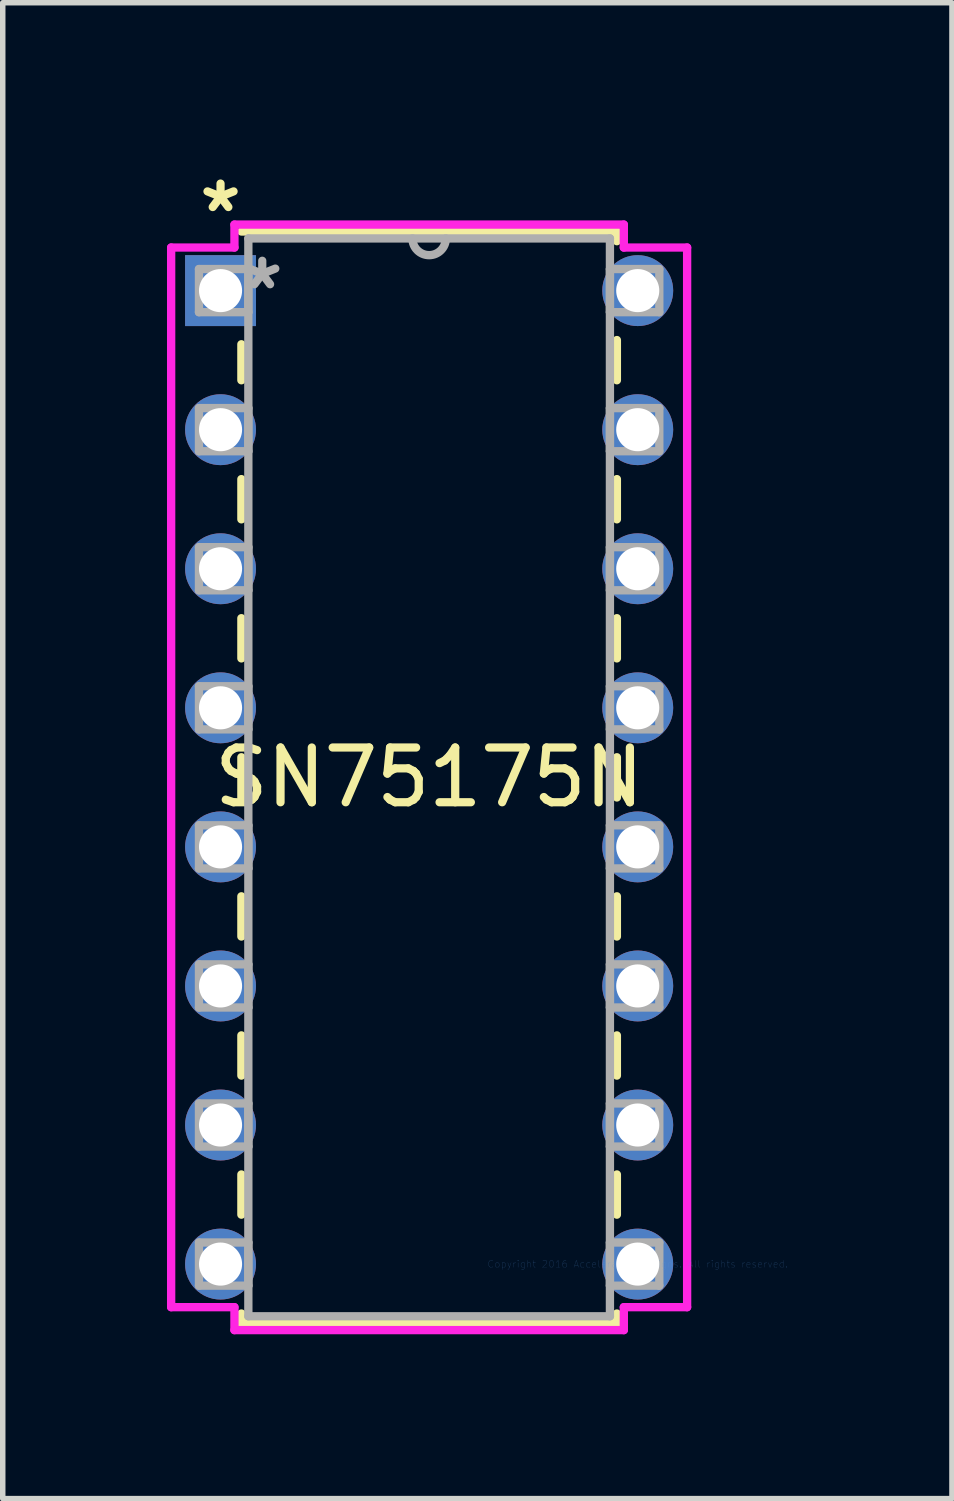
<source format=kicad_pcb>
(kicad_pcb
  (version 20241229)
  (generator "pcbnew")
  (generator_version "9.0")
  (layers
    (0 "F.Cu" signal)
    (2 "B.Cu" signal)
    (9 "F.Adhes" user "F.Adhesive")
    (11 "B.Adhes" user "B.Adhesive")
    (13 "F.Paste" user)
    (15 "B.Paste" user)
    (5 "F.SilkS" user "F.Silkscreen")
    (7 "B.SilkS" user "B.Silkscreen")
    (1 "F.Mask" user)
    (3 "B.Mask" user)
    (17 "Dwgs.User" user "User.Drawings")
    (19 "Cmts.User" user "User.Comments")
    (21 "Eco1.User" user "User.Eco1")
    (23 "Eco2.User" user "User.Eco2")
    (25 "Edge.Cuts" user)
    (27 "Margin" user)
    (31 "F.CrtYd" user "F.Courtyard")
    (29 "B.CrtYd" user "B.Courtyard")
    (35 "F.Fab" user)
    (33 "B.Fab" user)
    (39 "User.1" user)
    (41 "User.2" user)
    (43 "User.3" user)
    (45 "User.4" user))
  (footprint "SN75175N"
    (layer "F.Cu")
    (at 8.598 20.038)
    (property "Reference" "SN75175N" (at -3.81 -8.89 0) (layer "F.SilkS") (effects (font (size 1 1) (thickness 0.15))))
    (attr through_hole)
    (fp_line (start -7.239 -16.8) (end -7.239 -16.143) (stroke (width 0.152) (type solid)) (layer "F.SilkS"))
    (fp_line (start -7.239 -14.337) (end -7.239 -13.603) (stroke (width 0.152) (type solid)) (layer "F.SilkS"))
    (fp_line (start -7.239 -11.797) (end -7.239 -11.063) (stroke (width 0.152) (type solid)) (layer "F.SilkS"))
    (fp_line (start -7.239 -9.257) (end -7.239 -8.523) (stroke (width 0.152) (type solid)) (layer "F.SilkS"))
    (fp_line (start -7.239 -6.717) (end -7.239 -5.983) (stroke (width 0.152) (type solid)) (layer "F.SilkS"))
    (fp_line (start -7.239 -4.177) (end -7.239 -3.443) (stroke (width 0.152) (type solid)) (layer "F.SilkS"))
    (fp_line (start -7.239 -1.637) (end -7.239 -0.903) (stroke (width 0.152) (type solid)) (layer "F.SilkS"))
    (fp_line (start -7.239 0.903) (end -7.239 1.079) (stroke (width 0.152) (type solid)) (layer "F.SilkS"))
    (fp_line (start -7.239 1.079) (end -0.381 1.079) (stroke (width 0.152) (type solid)) (layer "F.SilkS"))
    (fp_line (start -0.381 -18.86) (end -7.239 -18.86) (stroke (width 0.152) (type solid)) (layer "F.SilkS"))
    (fp_line (start -0.381 -18.683) (end -0.381 -18.86) (stroke (width 0.152) (type solid)) (layer "F.SilkS"))
    (fp_line (start -0.381 -16.143) (end -0.381 -16.877) (stroke (width 0.152) (type solid)) (layer "F.SilkS"))
    (fp_line (start -0.381 -13.603) (end -0.381 -14.337) (stroke (width 0.152) (type solid)) (layer "F.SilkS"))
    (fp_line (start -0.381 -11.063) (end -0.381 -11.797) (stroke (width 0.152) (type solid)) (layer "F.SilkS"))
    (fp_line (start -0.381 -8.523) (end -0.381 -9.257) (stroke (width 0.152) (type solid)) (layer "F.SilkS"))
    (fp_line (start -0.381 -5.983) (end -0.381 -6.717) (stroke (width 0.152) (type solid)) (layer "F.SilkS"))
    (fp_line (start -0.381 -3.443) (end -0.381 -4.177) (stroke (width 0.152) (type solid)) (layer "F.SilkS"))
    (fp_line (start -0.381 -0.903) (end -0.381 -1.637) (stroke (width 0.152) (type solid)) (layer "F.SilkS"))
    (fp_line (start -0.381 1.079) (end -0.381 0.903) (stroke (width 0.152) (type solid)) (layer "F.SilkS"))
    (fp_line (start -8.522 -18.567) (end -8.522 0.787) (stroke (width 0.152) (type solid)) (layer "F.CrtYd"))
    (fp_line (start -8.522 0.787) (end -7.366 0.787) (stroke (width 0.152) (type solid)) (layer "F.CrtYd"))
    (fp_line (start -7.366 -18.986) (end -7.366 -18.567) (stroke (width 0.152) (type solid)) (layer "F.CrtYd"))
    (fp_line (start -7.366 -18.567) (end -8.522 -18.567) (stroke (width 0.152) (type solid)) (layer "F.CrtYd"))
    (fp_line (start -7.366 0.787) (end -7.366 1.206) (stroke (width 0.152) (type solid)) (layer "F.CrtYd"))
    (fp_line (start -7.366 1.206) (end -0.254 1.206) (stroke (width 0.152) (type solid)) (layer "F.CrtYd"))
    (fp_line (start -0.254 -18.986) (end -7.366 -18.986) (stroke (width 0.152) (type solid)) (layer "F.CrtYd"))
    (fp_line (start -0.254 -18.567) (end -0.254 -18.986) (stroke (width 0.152) (type solid)) (layer "F.CrtYd"))
    (fp_line (start -0.254 0.787) (end 0.902 0.787) (stroke (width 0.152) (type solid)) (layer "F.CrtYd"))
    (fp_line (start -0.254 1.206) (end -0.254 0.787) (stroke (width 0.152) (type solid)) (layer "F.CrtYd"))
    (fp_line (start 0.902 -18.567) (end -0.254 -18.567) (stroke (width 0.152) (type solid)) (layer "F.CrtYd"))
    (fp_line (start 0.902 0.787) (end 0.902 -18.567) (stroke (width 0.152) (type solid)) (layer "F.CrtYd"))
    (fp_line (start -8.014 -18.174) (end -8.014 -17.386) (stroke (width 0.152) (type solid)) (layer "F.Fab"))
    (fp_line (start -8.014 -17.386) (end -7.112 -17.386) (stroke (width 0.152) (type solid)) (layer "F.Fab"))
    (fp_line (start -8.014 -15.634) (end -8.014 -14.846) (stroke (width 0.152) (type solid)) (layer "F.Fab"))
    (fp_line (start -8.014 -14.846) (end -7.112 -14.846) (stroke (width 0.152) (type solid)) (layer "F.Fab"))
    (fp_line (start -8.014 -13.094) (end -8.014 -12.306) (stroke (width 0.152) (type solid)) (layer "F.Fab"))
    (fp_line (start -8.014 -12.306) (end -7.112 -12.306) (stroke (width 0.152) (type solid)) (layer "F.Fab"))
    (fp_line (start -8.014 -10.554) (end -8.014 -9.766) (stroke (width 0.152) (type solid)) (layer "F.Fab"))
    (fp_line (start -8.014 -9.766) (end -7.112 -9.766) (stroke (width 0.152) (type solid)) (layer "F.Fab"))
    (fp_line (start -8.014 -8.014) (end -8.014 -7.226) (stroke (width 0.152) (type solid)) (layer "F.Fab"))
    (fp_line (start -8.014 -7.226) (end -7.112 -7.226) (stroke (width 0.152) (type solid)) (layer "F.Fab"))
    (fp_line (start -8.014 -5.474) (end -8.014 -4.686) (stroke (width 0.152) (type solid)) (layer "F.Fab"))
    (fp_line (start -8.014 -4.686) (end -7.112 -4.686) (stroke (width 0.152) (type solid)) (layer "F.Fab"))
    (fp_line (start -8.014 -2.934) (end -8.014 -2.146) (stroke (width 0.152) (type solid)) (layer "F.Fab"))
    (fp_line (start -8.014 -2.146) (end -7.112 -2.146) (stroke (width 0.152) (type solid)) (layer "F.Fab"))
    (fp_line (start -8.014 -0.394) (end -8.014 0.394) (stroke (width 0.152) (type solid)) (layer "F.Fab"))
    (fp_line (start -8.014 0.394) (end -7.112 0.394) (stroke (width 0.152) (type solid)) (layer "F.Fab"))
    (fp_line (start -7.112 -18.733) (end -7.112 0.953) (stroke (width 0.152) (type solid)) (layer "F.Fab"))
    (fp_line (start -7.112 -18.174) (end -8.014 -18.174) (stroke (width 0.152) (type solid)) (layer "F.Fab"))
    (fp_line (start -7.112 -17.386) (end -7.112 -18.174) (stroke (width 0.152) (type solid)) (layer "F.Fab"))
    (fp_line (start -7.112 -15.634) (end -8.014 -15.634) (stroke (width 0.152) (type solid)) (layer "F.Fab"))
    (fp_line (start -7.112 -14.846) (end -7.112 -15.634) (stroke (width 0.152) (type solid)) (layer "F.Fab"))
    (fp_line (start -7.112 -13.094) (end -8.014 -13.094) (stroke (width 0.152) (type solid)) (layer "F.Fab"))
    (fp_line (start -7.112 -12.306) (end -7.112 -13.094) (stroke (width 0.152) (type solid)) (layer "F.Fab"))
    (fp_line (start -7.112 -10.554) (end -8.014 -10.554) (stroke (width 0.152) (type solid)) (layer "F.Fab"))
    (fp_line (start -7.112 -9.766) (end -7.112 -10.554) (stroke (width 0.152) (type solid)) (layer "F.Fab"))
    (fp_line (start -7.112 -8.014) (end -8.014 -8.014) (stroke (width 0.152) (type solid)) (layer "F.Fab"))
    (fp_line (start -7.112 -7.226) (end -7.112 -8.014) (stroke (width 0.152) (type solid)) (layer "F.Fab"))
    (fp_line (start -7.112 -5.474) (end -8.014 -5.474) (stroke (width 0.152) (type solid)) (layer "F.Fab"))
    (fp_line (start -7.112 -4.686) (end -7.112 -5.474) (stroke (width 0.152) (type solid)) (layer "F.Fab"))
    (fp_line (start -7.112 -2.934) (end -8.014 -2.934) (stroke (width 0.152) (type solid)) (layer "F.Fab"))
    (fp_line (start -7.112 -2.146) (end -7.112 -2.934) (stroke (width 0.152) (type solid)) (layer "F.Fab"))
    (fp_line (start -7.112 -0.394) (end -8.014 -0.394) (stroke (width 0.152) (type solid)) (layer "F.Fab"))
    (fp_line (start -7.112 0.394) (end -7.112 -0.394) (stroke (width 0.152) (type solid)) (layer "F.Fab"))
    (fp_line (start -7.112 0.953) (end -0.508 0.953) (stroke (width 0.152) (type solid)) (layer "F.Fab"))
    (fp_line (start -0.508 -18.733) (end -7.112 -18.733) (stroke (width 0.152) (type solid)) (layer "F.Fab"))
    (fp_line (start -0.508 -18.174) (end -0.508 -17.386) (stroke (width 0.152) (type solid)) (layer "F.Fab"))
    (fp_line (start -0.508 -17.386) (end 0.394 -17.386) (stroke (width 0.152) (type solid)) (layer "F.Fab"))
    (fp_line (start -0.508 -15.634) (end -0.508 -14.846) (stroke (width 0.152) (type solid)) (layer "F.Fab"))
    (fp_line (start -0.508 -14.846) (end 0.394 -14.846) (stroke (width 0.152) (type solid)) (layer "F.Fab"))
    (fp_line (start -0.508 -13.094) (end -0.508 -12.306) (stroke (width 0.152) (type solid)) (layer "F.Fab"))
    (fp_line (start -0.508 -12.306) (end 0.394 -12.306) (stroke (width 0.152) (type solid)) (layer "F.Fab"))
    (fp_line (start -0.508 -10.554) (end -0.508 -9.766) (stroke (width 0.152) (type solid)) (layer "F.Fab"))
    (fp_line (start -0.508 -9.766) (end 0.394 -9.766) (stroke (width 0.152) (type solid)) (layer "F.Fab"))
    (fp_line (start -0.508 -8.014) (end -0.508 -7.226) (stroke (width 0.152) (type solid)) (layer "F.Fab"))
    (fp_line (start -0.508 -7.226) (end 0.394 -7.226) (stroke (width 0.152) (type solid)) (layer "F.Fab"))
    (fp_line (start -0.508 -5.474) (end -0.508 -4.686) (stroke (width 0.152) (type solid)) (layer "F.Fab"))
    (fp_line (start -0.508 -4.686) (end 0.394 -4.686) (stroke (width 0.152) (type solid)) (layer "F.Fab"))
    (fp_line (start -0.508 -2.934) (end -0.508 -2.146) (stroke (width 0.152) (type solid)) (layer "F.Fab"))
    (fp_line (start -0.508 -2.146) (end 0.394 -2.146) (stroke (width 0.152) (type solid)) (layer "F.Fab"))
    (fp_line (start -0.508 -0.394) (end -0.508 0.394) (stroke (width 0.152) (type solid)) (layer "F.Fab"))
    (fp_line (start -0.508 0.394) (end 0.394 0.394) (stroke (width 0.152) (type solid)) (layer "F.Fab"))
    (fp_line (start -0.508 0.953) (end -0.508 -18.733) (stroke (width 0.152) (type solid)) (layer "F.Fab"))
    (fp_line (start 0.394 -18.174) (end -0.508 -18.174) (stroke (width 0.152) (type solid)) (layer "F.Fab"))
    (fp_line (start 0.394 -17.386) (end 0.394 -18.174) (stroke (width 0.152) (type solid)) (layer "F.Fab"))
    (fp_line (start 0.394 -15.634) (end -0.508 -15.634) (stroke (width 0.152) (type solid)) (layer "F.Fab"))
    (fp_line (start 0.394 -14.846) (end 0.394 -15.634) (stroke (width 0.152) (type solid)) (layer "F.Fab"))
    (fp_line (start 0.394 -13.094) (end -0.508 -13.094) (stroke (width 0.152) (type solid)) (layer "F.Fab"))
    (fp_line (start 0.394 -12.306) (end 0.394 -13.094) (stroke (width 0.152) (type solid)) (layer "F.Fab"))
    (fp_line (start 0.394 -10.554) (end -0.508 -10.554) (stroke (width 0.152) (type solid)) (layer "F.Fab"))
    (fp_line (start 0.394 -9.766) (end 0.394 -10.554) (stroke (width 0.152) (type solid)) (layer "F.Fab"))
    (fp_line (start 0.394 -8.014) (end -0.508 -8.014) (stroke (width 0.152) (type solid)) (layer "F.Fab"))
    (fp_line (start 0.394 -7.226) (end 0.394 -8.014) (stroke (width 0.152) (type solid)) (layer "F.Fab"))
    (fp_line (start 0.394 -5.474) (end -0.508 -5.474) (stroke (width 0.152) (type solid)) (layer "F.Fab"))
    (fp_line (start 0.394 -4.686) (end 0.394 -5.474) (stroke (width 0.152) (type solid)) (layer "F.Fab"))
    (fp_line (start 0.394 -2.934) (end -0.508 -2.934) (stroke (width 0.152) (type solid)) (layer "F.Fab"))
    (fp_line (start 0.394 -2.146) (end 0.394 -2.934) (stroke (width 0.152) (type solid)) (layer "F.Fab"))
    (fp_line (start 0.394 -0.394) (end -0.508 -0.394) (stroke (width 0.152) (type solid)) (layer "F.Fab"))
    (fp_line (start 0.394 0.394) (end 0.394 -0.394) (stroke (width 0.152) (type solid)) (layer "F.Fab"))
    (fp_arc (start -3.5052 -18.7325) (mid -3.81 -18.4277) (end -4.1148 -18.7325) (stroke (width 0.1524) (type solid)) (layer "F.Fab"))
    (fp_text user "*" (at -7.62 -19.19 0) (layer "F.SilkS") (effects (font (size 1 1) (thickness 0.15))))
    (fp_text user "Copyright 2016 Accelerated Designs. All rights reserved." (at 0 0 0) (layer "Cmts.User") (effects (font (size 0.127 0.127) (thickness 0.002))))
    (fp_text user "*" (at -6.858 -17.78 0) (layer "F.Fab") (effects (font (size 1 1) (thickness 0.15))))
    (pad "1" thru_hole rect (at -7.62 -17.78) (size 1.295 1.295) (drill 0.787) (layers "*.Cu" "*.Mask"))
    (pad "2" thru_hole circle (at -7.62 -15.24) (size 1.295 1.295) (drill 0.787) (layers "*.Cu" "*.Mask"))
    (pad "3" thru_hole circle (at -7.62 -12.7) (size 1.295 1.295) (drill 0.787) (layers "*.Cu" "*.Mask"))
    (pad "4" thru_hole circle (at -7.62 -10.16) (size 1.295 1.295) (drill 0.787) (layers "*.Cu" "*.Mask"))
    (pad "5" thru_hole circle (at -7.62 -7.62) (size 1.295 1.295) (drill 0.787) (layers "*.Cu" "*.Mask"))
    (pad "6" thru_hole circle (at -7.62 -5.08) (size 1.295 1.295) (drill 0.787) (layers "*.Cu" "*.Mask"))
    (pad "7" thru_hole circle (at -7.62 -2.54) (size 1.295 1.295) (drill 0.787) (layers "*.Cu" "*.Mask"))
    (pad "8" thru_hole circle (at -7.62 0) (size 1.295 1.295) (drill 0.787) (layers "*.Cu" "*.Mask"))
    (pad "9" thru_hole circle (at 0 0) (size 1.295 1.295) (drill 0.787) (layers "*.Cu" "*.Mask"))
    (pad "10" thru_hole circle (at 0 -2.54) (size 1.295 1.295) (drill 0.787) (layers "*.Cu" "*.Mask"))
    (pad "11" thru_hole circle (at 0 -5.08) (size 1.295 1.295) (drill 0.787) (layers "*.Cu" "*.Mask"))
    (pad "12" thru_hole circle (at 0 -7.62) (size 1.295 1.295) (drill 0.787) (layers "*.Cu" "*.Mask"))
    (pad "13" thru_hole circle (at 0 -10.16) (size 1.295 1.295) (drill 0.787) (layers "*.Cu" "*.Mask"))
    (pad "14" thru_hole circle (at 0 -12.7) (size 1.295 1.295) (drill 0.787) (layers "*.Cu" "*.Mask"))
    (pad "15" thru_hole circle (at 0 -15.24) (size 1.295 1.295) (drill 0.787) (layers "*.Cu" "*.Mask"))
    (pad "16" thru_hole circle (at 0 -17.78) (size 1.295 1.295) (drill 0.787) (layers "*.Cu" "*.Mask")))
  (gr_rect
    (start -3 -3)
    (end 14.337 24.321)
    (stroke (width 0.1) (type default))
    (fill no)
    (layer "Edge.Cuts")))
</source>
